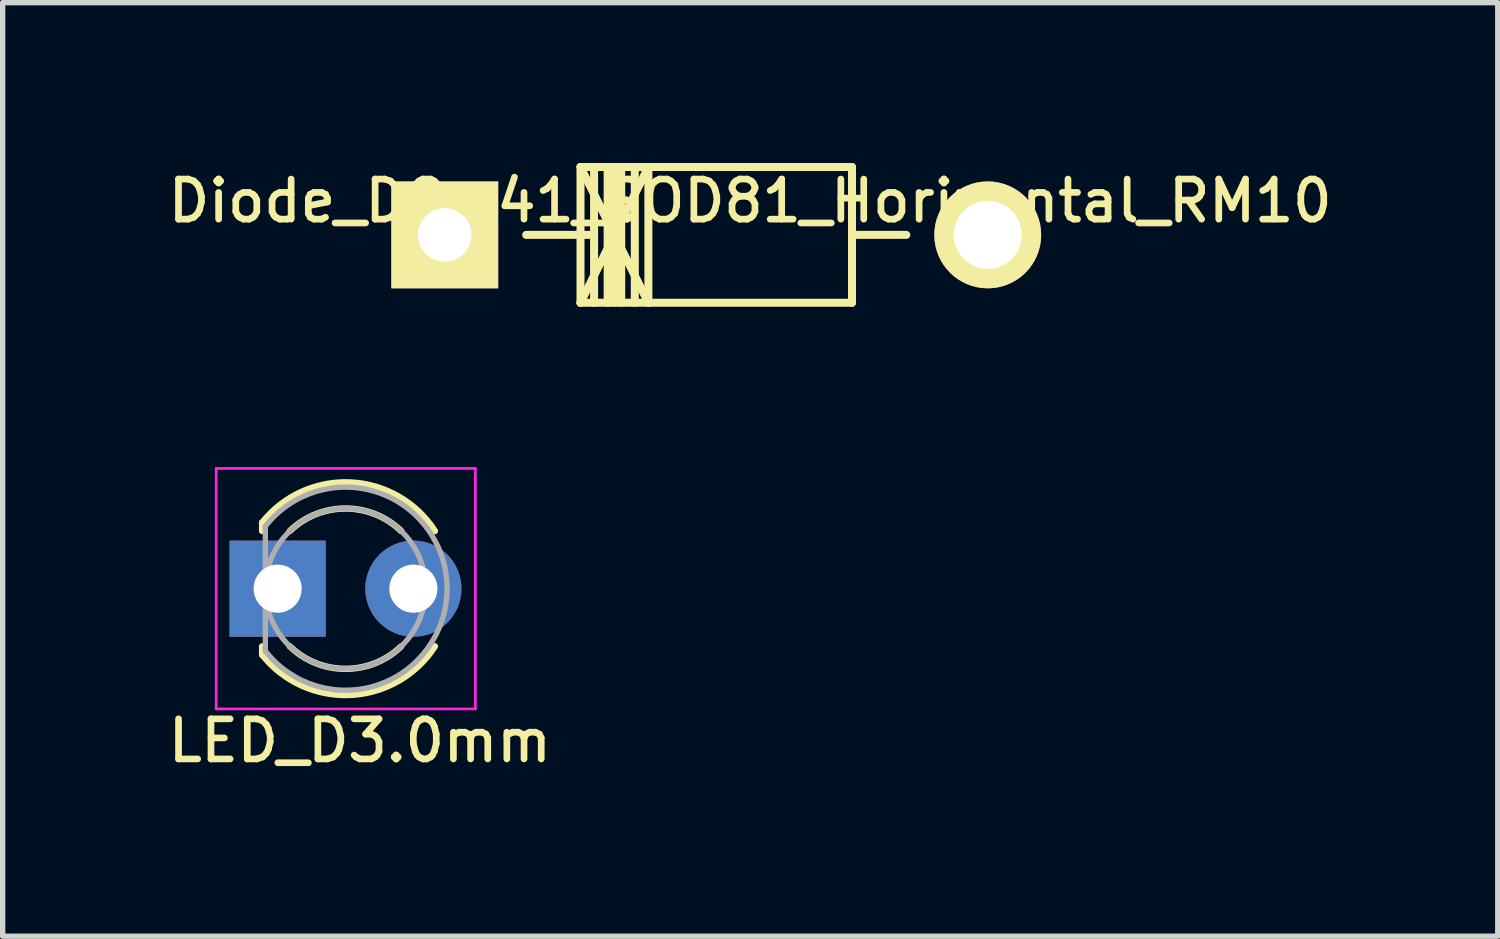
<source format=kicad_pcb>
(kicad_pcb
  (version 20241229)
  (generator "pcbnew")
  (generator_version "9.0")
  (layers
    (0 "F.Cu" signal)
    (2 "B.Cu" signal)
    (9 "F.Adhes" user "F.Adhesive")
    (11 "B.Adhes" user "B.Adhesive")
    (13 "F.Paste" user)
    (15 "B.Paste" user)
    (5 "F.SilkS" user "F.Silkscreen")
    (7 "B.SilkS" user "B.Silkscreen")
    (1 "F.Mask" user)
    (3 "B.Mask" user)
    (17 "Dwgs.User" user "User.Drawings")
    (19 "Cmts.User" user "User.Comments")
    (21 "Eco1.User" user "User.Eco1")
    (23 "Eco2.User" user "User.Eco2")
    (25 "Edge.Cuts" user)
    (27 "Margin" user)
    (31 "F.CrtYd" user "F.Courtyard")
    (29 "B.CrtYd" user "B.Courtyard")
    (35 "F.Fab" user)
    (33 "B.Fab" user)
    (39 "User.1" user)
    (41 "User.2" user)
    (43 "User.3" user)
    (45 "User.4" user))
  (footprint "Diode_DO-41_SOD81_Horizontal_RM10"
    (layer "F.Cu")
    (at 5.272 1.348)
    (property "Reference" "Diode_DO-41_SOD81_Horizontal_RM10" (at 5.715 -0.638 0) (layer "F.SilkS") (effects (font (size 0.75 0.75) (thickness 0.125))))
    (attr through_hole)
    (fp_line (start 2.54 -1.273) (end 3.81 1.267) (stroke (width 0.15) (type solid)) (layer "F.SilkS"))
    (fp_line (start 2.54 -1.273) (end 7.62 -1.273) (stroke (width 0.15) (type solid)) (layer "F.SilkS"))
    (fp_line (start 2.54 1.267) (end 2.54 -1.273) (stroke (width 0.15) (type solid)) (layer "F.SilkS"))
    (fp_line (start 2.794 -1.273) (end 2.794 1.267) (stroke (width 0.15) (type solid)) (layer "F.SilkS"))
    (fp_line (start 2.794 -0.003) (end 1.524 -0.003) (stroke (width 0.15) (type solid)) (layer "F.SilkS"))
    (fp_line (start 3.048 -1.273) (end 3.048 1.267) (stroke (width 0.15) (type solid)) (layer "F.SilkS"))
    (fp_line (start 3.175 -1.273) (end 3.175 1.267) (stroke (width 0.15) (type solid)) (layer "F.SilkS"))
    (fp_line (start 3.302 -1.273) (end 3.302 1.267) (stroke (width 0.15) (type solid)) (layer "F.SilkS"))
    (fp_line (start 3.556 -1.273) (end 3.556 1.267) (stroke (width 0.15) (type solid)) (layer "F.SilkS"))
    (fp_line (start 3.81 -1.273) (end 2.54 1.267) (stroke (width 0.15) (type solid)) (layer "F.SilkS"))
    (fp_line (start 3.81 -1.273) (end 3.81 1.267) (stroke (width 0.15) (type solid)) (layer "F.SilkS"))
    (fp_line (start 7.62 -1.273) (end 7.62 1.267) (stroke (width 0.15) (type solid)) (layer "F.SilkS"))
    (fp_line (start 7.62 -0.003) (end 8.636 -0.003) (stroke (width 0.15) (type solid)) (layer "F.SilkS"))
    (fp_line (start 7.62 1.267) (end 2.54 1.267) (stroke (width 0.15) (type solid)) (layer "F.SilkS"))
    (pad "1" thru_hole rect (at 0 -0.003 180) (size 1.999 1.999) (drill 1.001) (layers "*.Cu" "*.Mask" "F.SilkS"))
    (pad "2" thru_hole circle (at 10.16 -0.003 180) (size 1.999 1.999) (drill 1.27) (layers "*.Cu" "*.Mask" "F.SilkS")))
  (footprint "LED_D3.0mm"
    (layer "F.Cu")
    (at 2.145 7.965)
    (property "Reference" "LED_D3.0mm" (at 1.539 2.845 0) (layer "F.SilkS") (effects (font (size 0.75 0.75) (thickness 0.125))))
    (attr through_hole)
    (fp_line (start -0.29 -1.236) (end -0.29 -1.08) (stroke (width 0.12) (type solid)) (layer "F.SilkS"))
    (fp_line (start -0.29 1.08) (end -0.29 1.236) (stroke (width 0.12) (type solid)) (layer "F.SilkS"))
    (fp_arc (start -0.29 -1.235516) (mid 1.366487 -1.987659) (end 2.942335 -1.078608) (stroke (width 0.12) (type solid)) (layer "F.SilkS"))
    (fp_arc (start 0.229039 -1.08) (mid 1.270117 -1.5) (end 2.31113 -1.079837) (stroke (width 0.12) (type solid)) (layer "F.SilkS"))
    (fp_arc (start 2.31113 1.079837) (mid 1.270117 1.5) (end 0.229039 1.08) (stroke (width 0.12) (type solid)) (layer "F.SilkS"))
    (fp_arc (start 2.942335 1.078608) (mid 1.366487 1.987659) (end -0.29 1.235516) (stroke (width 0.12) (type solid)) (layer "F.SilkS"))
    (fp_line (start -1.15 -2.25) (end -1.15 2.25) (stroke (width 0.05) (type solid)) (layer "F.CrtYd"))
    (fp_line (start -1.15 2.25) (end 3.7 2.25) (stroke (width 0.05) (type solid)) (layer "F.CrtYd"))
    (fp_line (start 3.7 -2.25) (end -1.15 -2.25) (stroke (width 0.05) (type solid)) (layer "F.CrtYd"))
    (fp_line (start 3.7 2.25) (end 3.7 -2.25) (stroke (width 0.05) (type solid)) (layer "F.CrtYd"))
    (fp_line (start -0.23 -1.166) (end -0.23 1.166) (stroke (width 0.1) (type solid)) (layer "F.Fab"))
    (fp_arc (start -0.23 -1.16619) (mid 3.17 0.000452) (end -0.230555 1.165476) (stroke (width 0.1) (type solid)) (layer "F.Fab"))
    (fp_circle (center 1.27 0) (end 2.77 0) (stroke (width 0.1) (type solid)) (fill no) (layer "F.Fab"))
    (pad "1" thru_hole rect (at 0 0) (size 1.8 1.8) (drill 0.9) (layers "*.Cu" "*.Mask"))
    (pad "2" thru_hole circle (at 2.54 0) (size 1.8 1.8) (drill 0.9) (layers "*.Cu" "*.Mask")))
  (gr_rect
    (start -3 -3)
    (end 24.975 14.468)
    (stroke (width 0.1) (type default))
    (fill no)
    (layer "Edge.Cuts")))
</source>
